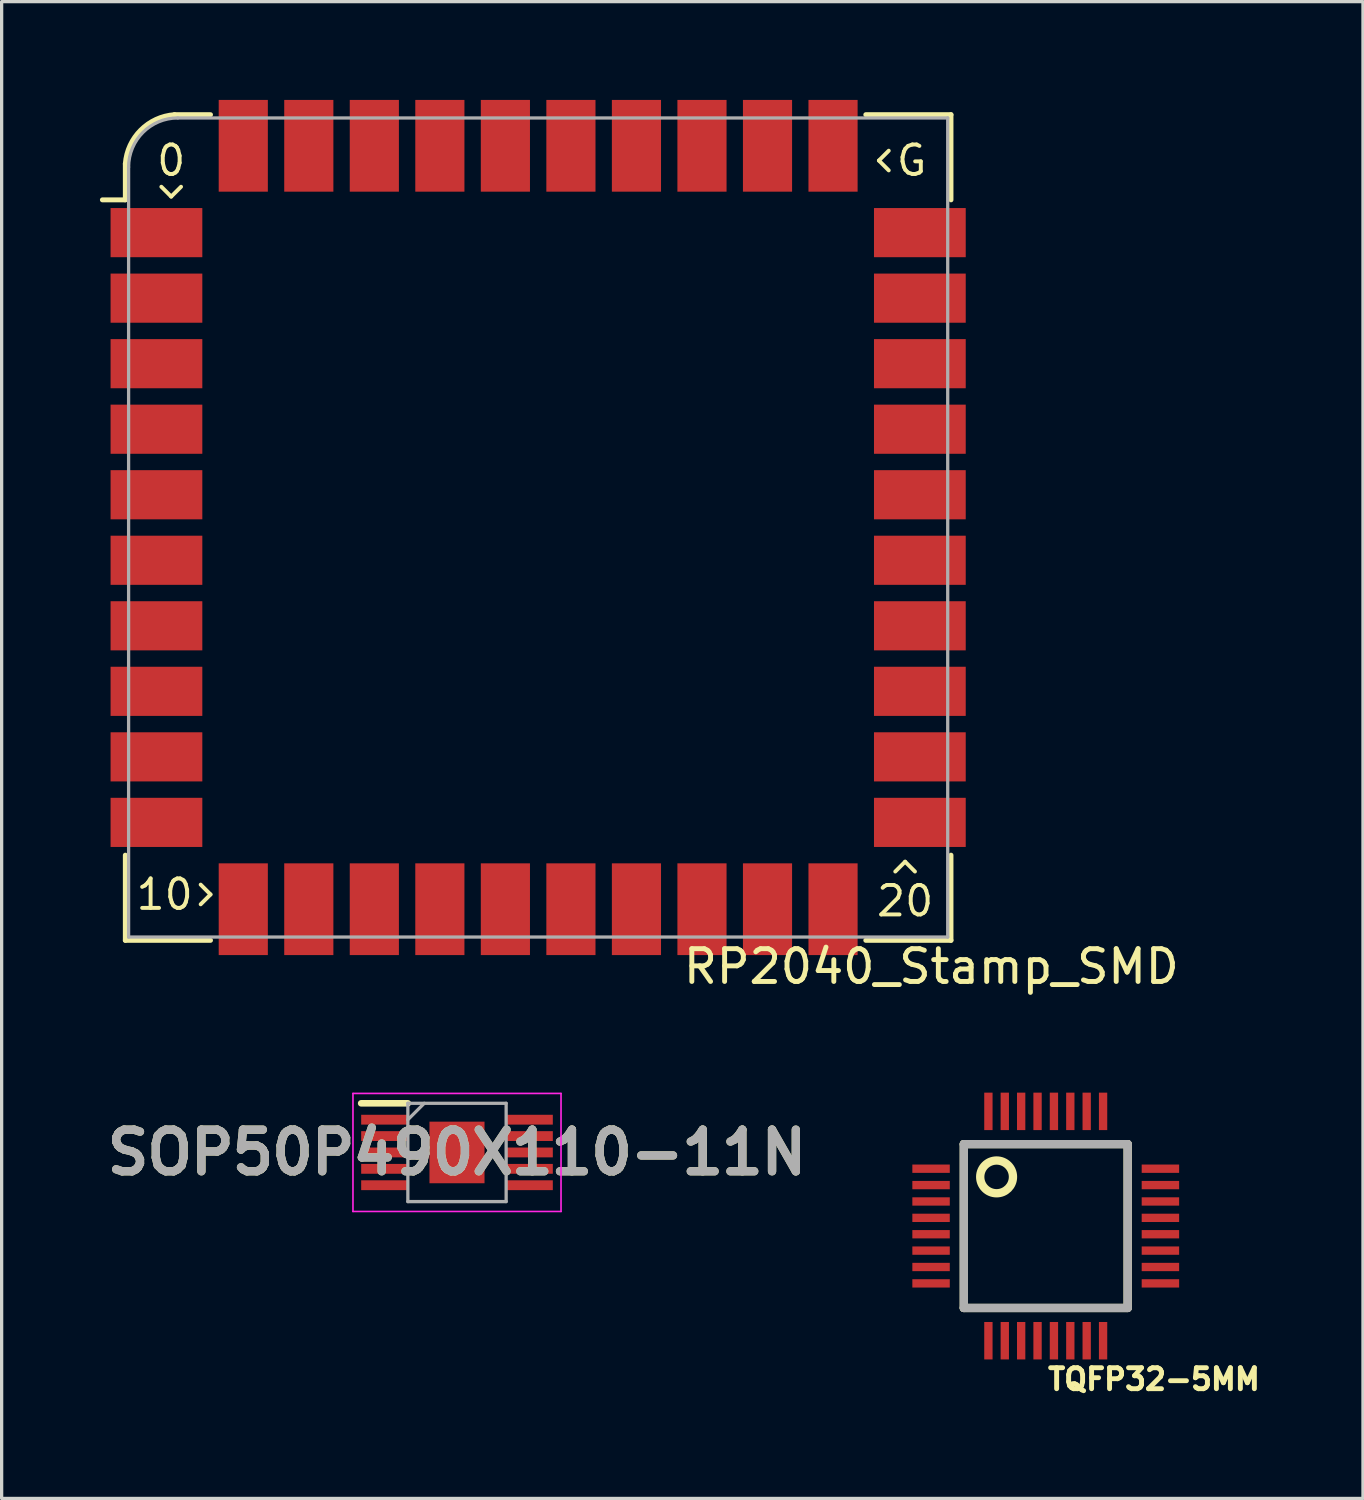
<source format=kicad_pcb>
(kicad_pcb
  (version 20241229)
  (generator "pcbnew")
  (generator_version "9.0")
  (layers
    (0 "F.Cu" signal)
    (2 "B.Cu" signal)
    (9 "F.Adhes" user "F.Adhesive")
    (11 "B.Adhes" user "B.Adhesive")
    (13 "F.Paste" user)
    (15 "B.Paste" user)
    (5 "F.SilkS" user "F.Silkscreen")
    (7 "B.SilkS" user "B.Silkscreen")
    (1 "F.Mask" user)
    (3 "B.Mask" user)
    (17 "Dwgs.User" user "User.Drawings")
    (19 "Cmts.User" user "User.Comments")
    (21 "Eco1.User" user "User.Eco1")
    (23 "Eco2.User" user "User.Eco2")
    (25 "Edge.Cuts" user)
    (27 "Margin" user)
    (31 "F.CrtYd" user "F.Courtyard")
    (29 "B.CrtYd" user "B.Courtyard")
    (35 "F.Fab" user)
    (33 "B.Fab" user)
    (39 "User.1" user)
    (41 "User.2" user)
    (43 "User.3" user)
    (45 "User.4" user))
  (footprint "TQFP32-5MM"
    (layer "F.Cu")
    (at 28.867 34.37)
    (property "Reference" "TQFP32-5MM" (at 3.304 4.676 0) (layer "F.SilkS") (effects (font (size 0.64 0.64) (thickness 0.15))))
    (attr through_hole)
    (fp_line (start -2.5 -2.5) (end -2.5 2.5) (stroke (width 0.254) (type solid)) (layer "F.SilkS"))
    (fp_line (start -2.5 2.5) (end 2.5 2.5) (stroke (width 0.254) (type solid)) (layer "F.SilkS"))
    (fp_line (start 2.5 -2.5) (end -2.5 -2.5) (stroke (width 0.254) (type solid)) (layer "F.SilkS"))
    (fp_line (start 2.5 2.5) (end 2.5 -2.5) (stroke (width 0.254) (type solid)) (layer "F.SilkS"))
    (fp_circle (center -1.5 -1.5) (end -1 -1.5) (stroke (width 0.254) (type solid)) (fill no) (layer "F.SilkS"))
    (fp_line (start -2.5 -2.5) (end -2.5 2.5) (stroke (width 0.254) (type solid)) (layer "F.Fab"))
    (fp_line (start -2.5 2.5) (end 2.5 2.5) (stroke (width 0.254) (type solid)) (layer "F.Fab"))
    (fp_line (start 2.5 -2.5) (end -2.5 -2.5) (stroke (width 0.254) (type solid)) (layer "F.Fab"))
    (fp_line (start 2.5 2.5) (end 2.5 -2.5) (stroke (width 0.254) (type solid)) (layer "F.Fab"))
    (pad "1" smd rect (at -3.5 -1.75) (size 1.143 0.254) (layers "F.Cu" "F.Mask" "F.Paste"))
    (pad "2" smd rect (at -3.5 -1.25) (size 1.143 0.254) (layers "F.Cu" "F.Mask" "F.Paste"))
    (pad "3" smd rect (at -3.5 -0.75) (size 1.143 0.254) (layers "F.Cu" "F.Mask" "F.Paste"))
    (pad "4" smd rect (at -3.5 -0.25) (size 1.143 0.254) (layers "F.Cu" "F.Mask" "F.Paste"))
    (pad "5" smd rect (at -3.5 0.25) (size 1.143 0.254) (layers "F.Cu" "F.Mask" "F.Paste"))
    (pad "6" smd rect (at -3.5 0.75) (size 1.143 0.254) (layers "F.Cu" "F.Mask" "F.Paste"))
    (pad "7" smd rect (at -3.5 1.25) (size 1.143 0.254) (layers "F.Cu" "F.Mask" "F.Paste"))
    (pad "8" smd rect (at -3.5 1.75) (size 1.143 0.254) (layers "F.Cu" "F.Mask" "F.Paste"))
    (pad "9" smd rect (at -1.75 3.5 90) (size 1.143 0.254) (layers "F.Cu" "F.Mask" "F.Paste"))
    (pad "10" smd rect (at -1.25 3.5 90) (size 1.143 0.254) (layers "F.Cu" "F.Mask" "F.Paste"))
    (pad "11" smd rect (at -0.75 3.5 90) (size 1.143 0.254) (layers "F.Cu" "F.Mask" "F.Paste"))
    (pad "12" smd rect (at -0.25 3.5 90) (size 1.143 0.254) (layers "F.Cu" "F.Mask" "F.Paste"))
    (pad "13" smd rect (at 0.25 3.5 90) (size 1.143 0.254) (layers "F.Cu" "F.Mask" "F.Paste"))
    (pad "14" smd rect (at 0.75 3.5 90) (size 1.143 0.254) (layers "F.Cu" "F.Mask" "F.Paste"))
    (pad "15" smd rect (at 1.25 3.5 90) (size 1.143 0.254) (layers "F.Cu" "F.Mask" "F.Paste"))
    (pad "16" smd rect (at 1.75 3.5 90) (size 1.143 0.254) (layers "F.Cu" "F.Mask" "F.Paste"))
    (pad "17" smd rect (at 3.5 1.75 180) (size 1.143 0.254) (layers "F.Cu" "F.Mask" "F.Paste"))
    (pad "18" smd rect (at 3.5 1.25 180) (size 1.143 0.254) (layers "F.Cu" "F.Mask" "F.Paste"))
    (pad "19" smd rect (at 3.5 0.75 180) (size 1.143 0.254) (layers "F.Cu" "F.Mask" "F.Paste"))
    (pad "20" smd rect (at 3.5 0.25 180) (size 1.143 0.254) (layers "F.Cu" "F.Mask" "F.Paste"))
    (pad "21" smd rect (at 3.5 -0.25 180) (size 1.143 0.254) (layers "F.Cu" "F.Mask" "F.Paste"))
    (pad "22" smd rect (at 3.5 -0.75 180) (size 1.143 0.254) (layers "F.Cu" "F.Mask" "F.Paste"))
    (pad "23" smd rect (at 3.5 -1.25 180) (size 1.143 0.254) (layers "F.Cu" "F.Mask" "F.Paste"))
    (pad "24" smd rect (at 3.5 -1.75 180) (size 1.143 0.254) (layers "F.Cu" "F.Mask" "F.Paste"))
    (pad "25" smd rect (at 1.75 -3.5 270) (size 1.143 0.254) (layers "F.Cu" "F.Mask" "F.Paste"))
    (pad "26" smd rect (at 1.25 -3.5 270) (size 1.143 0.254) (layers "F.Cu" "F.Mask" "F.Paste"))
    (pad "27" smd rect (at 0.75 -3.5 270) (size 1.143 0.254) (layers "F.Cu" "F.Mask" "F.Paste"))
    (pad "28" smd rect (at 0.25 -3.5 270) (size 1.143 0.254) (layers "F.Cu" "F.Mask" "F.Paste"))
    (pad "29" smd rect (at -0.25 -3.5 270) (size 1.143 0.254) (layers "F.Cu" "F.Mask" "F.Paste"))
    (pad "30" smd rect (at -0.75 -3.5 270) (size 1.143 0.254) (layers "F.Cu" "F.Mask" "F.Paste"))
    (pad "31" smd rect (at -1.25 -3.5 270) (size 1.143 0.254) (layers "F.Cu" "F.Mask" "F.Paste"))
    (pad "32" smd rect (at -1.75 -3.5 270) (size 1.143 0.254) (layers "F.Cu" "F.Mask" "F.Paste")))
  (footprint "SOP50P490X110-11N"
    (layer "F.Cu")
    (at 10.898 32.124)
    (property "Reference" "SOP50P490X110-11N" (at 0 0 0) (layer "F.SilkS") (effects (font (size 1.27 1.27) (thickness 0.254))))
    (attr smd)
    (fp_line (start -2.925 -1.5) (end -1.5 -1.5) (stroke (width 0.2) (type solid)) (layer "F.SilkS"))
    (fp_line (start -3.175 -1.801) (end 3.175 -1.801) (stroke (width 0.05) (type solid)) (layer "F.CrtYd"))
    (fp_line (start -3.175 1.801) (end -3.175 -1.801) (stroke (width 0.05) (type solid)) (layer "F.CrtYd"))
    (fp_line (start 3.175 -1.801) (end 3.175 1.801) (stroke (width 0.05) (type solid)) (layer "F.CrtYd"))
    (fp_line (start 3.175 1.801) (end -3.175 1.801) (stroke (width 0.05) (type solid)) (layer "F.CrtYd"))
    (fp_line (start -1.5 -1.5) (end 1.5 -1.5) (stroke (width 0.1) (type solid)) (layer "F.Fab"))
    (fp_line (start -1.5 -1) (end -1 -1.5) (stroke (width 0.1) (type solid)) (layer "F.Fab"))
    (fp_line (start -1.5 1.5) (end -1.5 -1.5) (stroke (width 0.1) (type solid)) (layer "F.Fab"))
    (fp_line (start 1.5 -1.5) (end 1.5 1.5) (stroke (width 0.1) (type solid)) (layer "F.Fab"))
    (fp_line (start 1.5 1.5) (end -1.5 1.5) (stroke (width 0.1) (type solid)) (layer "F.Fab"))
    (fp_text user "${REFERENCE}" (at 0 0 0) (layer "F.Fab") (effects (font (size 1.27 1.27) (thickness 0.254))))
    (pad "1" smd rect (at -2.212 -1 90) (size 0.3 1.425) (layers "F.Cu" "F.Mask" "F.Paste"))
    (pad "2" smd rect (at -2.212 -0.5 90) (size 0.3 1.425) (layers "F.Cu" "F.Mask" "F.Paste"))
    (pad "3" smd rect (at -2.212 0 90) (size 0.3 1.425) (layers "F.Cu" "F.Mask" "F.Paste"))
    (pad "4" smd rect (at -2.212 0.5 90) (size 0.3 1.425) (layers "F.Cu" "F.Mask" "F.Paste"))
    (pad "5" smd rect (at -2.212 1 90) (size 0.3 1.425) (layers "F.Cu" "F.Mask" "F.Paste"))
    (pad "6" smd rect (at 2.212 1 90) (size 0.3 1.425) (layers "F.Cu" "F.Mask" "F.Paste"))
    (pad "7" smd rect (at 2.212 0.5 90) (size 0.3 1.425) (layers "F.Cu" "F.Mask" "F.Paste"))
    (pad "8" smd rect (at 2.212 0 90) (size 0.3 1.425) (layers "F.Cu" "F.Mask" "F.Paste"))
    (pad "9" smd rect (at 2.212 -0.5 90) (size 0.3 1.425) (layers "F.Cu" "F.Mask" "F.Paste"))
    (pad "10" smd rect (at 2.212 -1 90) (size 0.3 1.425) (layers "F.Cu" "F.Mask" "F.Paste"))
    (pad "11" smd rect (at 0 0) (size 1.68 1.88) (layers "F.Cu" "F.Mask" "F.Paste")))
  (footprint "RP2040_Stamp_SMD"
    (layer "F.Cu")
    (at 13.375 13.05)
    (property "Reference" "RP2040_Stamp_SMD" (at 12 13.4 0) (unlocked yes) (layer "F.SilkS") (effects (font (size 1 1) (thickness 0.15))))
    (attr through_hole)
    (fp_line (start -12.6 -10) (end -13.3 -10) (stroke (width 0.15) (type solid)) (layer "F.SilkS"))
    (fp_line (start -12.6 -10) (end -12.6 -11.1) (stroke (width 0.15) (type solid)) (layer "F.SilkS"))
    (fp_line (start -12.6 12.6) (end -12.6 10) (stroke (width 0.15) (type solid)) (layer "F.SilkS"))
    (fp_line (start -11.2 -10.1) (end -11.5 -10.4) (stroke (width 0.12) (type solid)) (layer "F.SilkS"))
    (fp_line (start -11.2 -10.1) (end -10.9 -10.4) (stroke (width 0.12) (type solid)) (layer "F.SilkS"))
    (fp_line (start -11.1 -12.6) (end -10 -12.6) (stroke (width 0.15) (type solid)) (layer "F.SilkS"))
    (fp_line (start -10.3 10.9) (end -10 11.2) (stroke (width 0.12) (type solid)) (layer "F.SilkS"))
    (fp_line (start -10.3 11.5) (end -10 11.2) (stroke (width 0.12) (type solid)) (layer "F.SilkS"))
    (fp_line (start -10 12.6) (end -12.6 12.6) (stroke (width 0.15) (type solid)) (layer "F.SilkS"))
    (fp_line (start 10 -12.6) (end 12.6 -12.6) (stroke (width 0.15) (type solid)) (layer "F.SilkS"))
    (fp_line (start 10.4 -11.2) (end 10.7 -11.5) (stroke (width 0.12) (type solid)) (layer "F.SilkS"))
    (fp_line (start 10.4 -11.2) (end 10.7 -10.9) (stroke (width 0.12) (type solid)) (layer "F.SilkS"))
    (fp_line (start 10.9 10.5) (end 11.2 10.2) (stroke (width 0.12) (type solid)) (layer "F.SilkS"))
    (fp_line (start 11.5 10.5) (end 11.2 10.2) (stroke (width 0.12) (type solid)) (layer "F.SilkS"))
    (fp_line (start 12.6 -12.6) (end 12.6 -10) (stroke (width 0.15) (type solid)) (layer "F.SilkS"))
    (fp_line (start 12.6 10) (end 12.6 12.6) (stroke (width 0.15) (type solid)) (layer "F.SilkS"))
    (fp_line (start 12.6 12.6) (end 10 12.6) (stroke (width 0.15) (type solid)) (layer "F.SilkS"))
    (fp_arc (start -12.6 -11.1) (mid -12.129432 -12.129432) (end -11.1 -12.6) (stroke (width 0.15) (type solid)) (layer "F.SilkS"))
    (fp_line (start -12.5 12.5) (end -12.5 -11) (stroke (width 0.1) (type solid)) (layer "F.Fab"))
    (fp_line (start -11 -12.5) (end 12.5 -12.5) (stroke (width 0.1) (type solid)) (layer "F.Fab"))
    (fp_line (start 12.5 -12.5) (end 12.5 12.5) (stroke (width 0.1) (type solid)) (layer "F.Fab"))
    (fp_line (start 12.5 12.5) (end -12.5 12.5) (stroke (width 0.1) (type solid)) (layer "F.Fab"))
    (fp_arc (start -12.500003 -11.000003) (mid -12.060661 -12.060662) (end -11 -12.5) (stroke (width 0.1) (type solid)) (layer "F.Fab"))
    (fp_text user "0" (at -11.2 -11.2 0) (layer "F.SilkS") (effects (font (size 0.9 0.9) (thickness 0.12))))
    (fp_text user "20" (at 11.2 11.4 0) (layer "F.SilkS") (effects (font (size 0.9 0.9) (thickness 0.12))))
    (fp_text user "G" (at 11.4 -11.2 0) (layer "F.SilkS") (effects (font (size 0.9 0.9) (thickness 0.12))))
    (fp_text user "10" (at -11.4 11.2 0) (layer "F.SilkS") (effects (font (size 0.9 0.9) (thickness 0.12))))
    (pad "1" smd rect (at -11.65 -9) (size 2.8 1.5) (layers "F.Cu" "F.Mask" "F.Paste"))
    (pad "2" smd rect (at -11.65 -7) (size 2.8 1.5) (layers "F.Cu" "F.Mask" "F.Paste"))
    (pad "3" smd rect (at -11.65 -5) (size 2.8 1.5) (layers "F.Cu" "F.Mask" "F.Paste"))
    (pad "4" smd rect (at -11.65 -3) (size 2.8 1.5) (layers "F.Cu" "F.Mask" "F.Paste"))
    (pad "5" smd rect (at -11.65 -1) (size 2.8 1.5) (layers "F.Cu" "F.Mask" "F.Paste"))
    (pad "6" smd rect (at -11.65 1) (size 2.8 1.5) (layers "F.Cu" "F.Mask" "F.Paste"))
    (pad "7" smd rect (at -11.65 3) (size 2.8 1.5) (layers "F.Cu" "F.Mask" "F.Paste"))
    (pad "8" smd rect (at -11.65 5) (size 2.8 1.5) (layers "F.Cu" "F.Mask" "F.Paste"))
    (pad "9" smd rect (at -11.65 7) (size 2.8 1.5) (layers "F.Cu" "F.Mask" "F.Paste"))
    (pad "10" smd rect (at -11.65 9) (size 2.8 1.5) (layers "F.Cu" "F.Mask" "F.Paste"))
    (pad "11" smd rect (at -9 11.65 270) (size 2.8 1.5) (layers "F.Cu" "F.Mask" "F.Paste"))
    (pad "12" smd rect (at -7 11.65 270) (size 2.8 1.5) (layers "F.Cu" "F.Mask" "F.Paste"))
    (pad "13" smd rect (at -5 11.65 270) (size 2.8 1.5) (layers "F.Cu" "F.Mask" "F.Paste"))
    (pad "14" smd rect (at -3 11.65 270) (size 2.8 1.5) (layers "F.Cu" "F.Mask" "F.Paste"))
    (pad "15" smd rect (at -1 11.65 270) (size 2.8 1.5) (layers "F.Cu" "F.Mask" "F.Paste"))
    (pad "16" smd rect (at 1 11.65 270) (size 2.8 1.5) (layers "F.Cu" "F.Mask" "F.Paste"))
    (pad "17" smd rect (at 3 11.65 270) (size 2.8 1.5) (layers "F.Cu" "F.Mask" "F.Paste"))
    (pad "18" smd rect (at 5 11.65 270) (size 2.8 1.5) (layers "F.Cu" "F.Mask" "F.Paste"))
    (pad "19" smd rect (at 7 11.65 270) (size 2.8 1.5) (layers "F.Cu" "F.Mask" "F.Paste"))
    (pad "20" smd rect (at 9 11.65 270) (size 2.8 1.5) (layers "F.Cu" "F.Mask" "F.Paste"))
    (pad "21" smd rect (at 11.65 9) (size 2.8 1.5) (layers "F.Cu" "F.Mask" "F.Paste"))
    (pad "22" smd rect (at 11.65 7) (size 2.8 1.5) (layers "F.Cu" "F.Mask" "F.Paste"))
    (pad "23" smd rect (at 11.65 5) (size 2.8 1.5) (layers "F.Cu" "F.Mask" "F.Paste"))
    (pad "24" smd rect (at 11.65 3) (size 2.8 1.5) (layers "F.Cu" "F.Mask" "F.Paste"))
    (pad "25" smd rect (at 11.65 1) (size 2.8 1.5) (layers "F.Cu" "F.Mask" "F.Paste"))
    (pad "26" smd rect (at 11.65 -1) (size 2.8 1.5) (layers "F.Cu" "F.Mask" "F.Paste"))
    (pad "27" smd rect (at 11.65 -3) (size 2.8 1.5) (layers "F.Cu" "F.Mask" "F.Paste"))
    (pad "28" smd rect (at 11.65 -5) (size 2.8 1.5) (layers "F.Cu" "F.Mask" "F.Paste"))
    (pad "29" smd rect (at 11.65 -7) (size 2.8 1.5) (layers "F.Cu" "F.Mask" "F.Paste"))
    (pad "30" smd rect (at 11.65 -9) (size 2.8 1.5) (layers "F.Cu" "F.Mask" "F.Paste"))
    (pad "31" smd rect (at 9 -11.65 270) (size 2.8 1.5) (layers "F.Cu" "F.Mask" "F.Paste"))
    (pad "32" smd rect (at 7 -11.65 270) (size 2.8 1.5) (layers "F.Cu" "F.Mask" "F.Paste"))
    (pad "33" smd rect (at 5 -11.65 270) (size 2.8 1.5) (layers "F.Cu" "F.Mask" "F.Paste"))
    (pad "34" smd rect (at 3 -11.65 270) (size 2.8 1.5) (layers "F.Cu" "F.Mask" "F.Paste"))
    (pad "35" smd rect (at 1 -11.65 270) (size 2.8 1.5) (layers "F.Cu" "F.Mask" "F.Paste"))
    (pad "36" smd rect (at -1 -11.65 270) (size 2.8 1.5) (layers "F.Cu" "F.Mask" "F.Paste"))
    (pad "37" smd rect (at -3 -11.65 270) (size 2.8 1.5) (layers "F.Cu" "F.Mask" "F.Paste"))
    (pad "38" smd rect (at -5 -11.65 270) (size 2.8 1.5) (layers "F.Cu" "F.Mask" "F.Paste"))
    (pad "39" smd rect (at -7 -11.65 270) (size 2.8 1.5) (layers "F.Cu" "F.Mask" "F.Paste"))
    (pad "40" smd rect (at -9 -11.65 270) (size 2.8 1.5) (layers "F.Cu" "F.Mask" "F.Paste")))
  (gr_rect
    (start -3 -3)
    (end 38.549 42.684)
    (stroke (width 0.1) (type default))
    (fill no)
    (layer "Edge.Cuts")))
</source>
